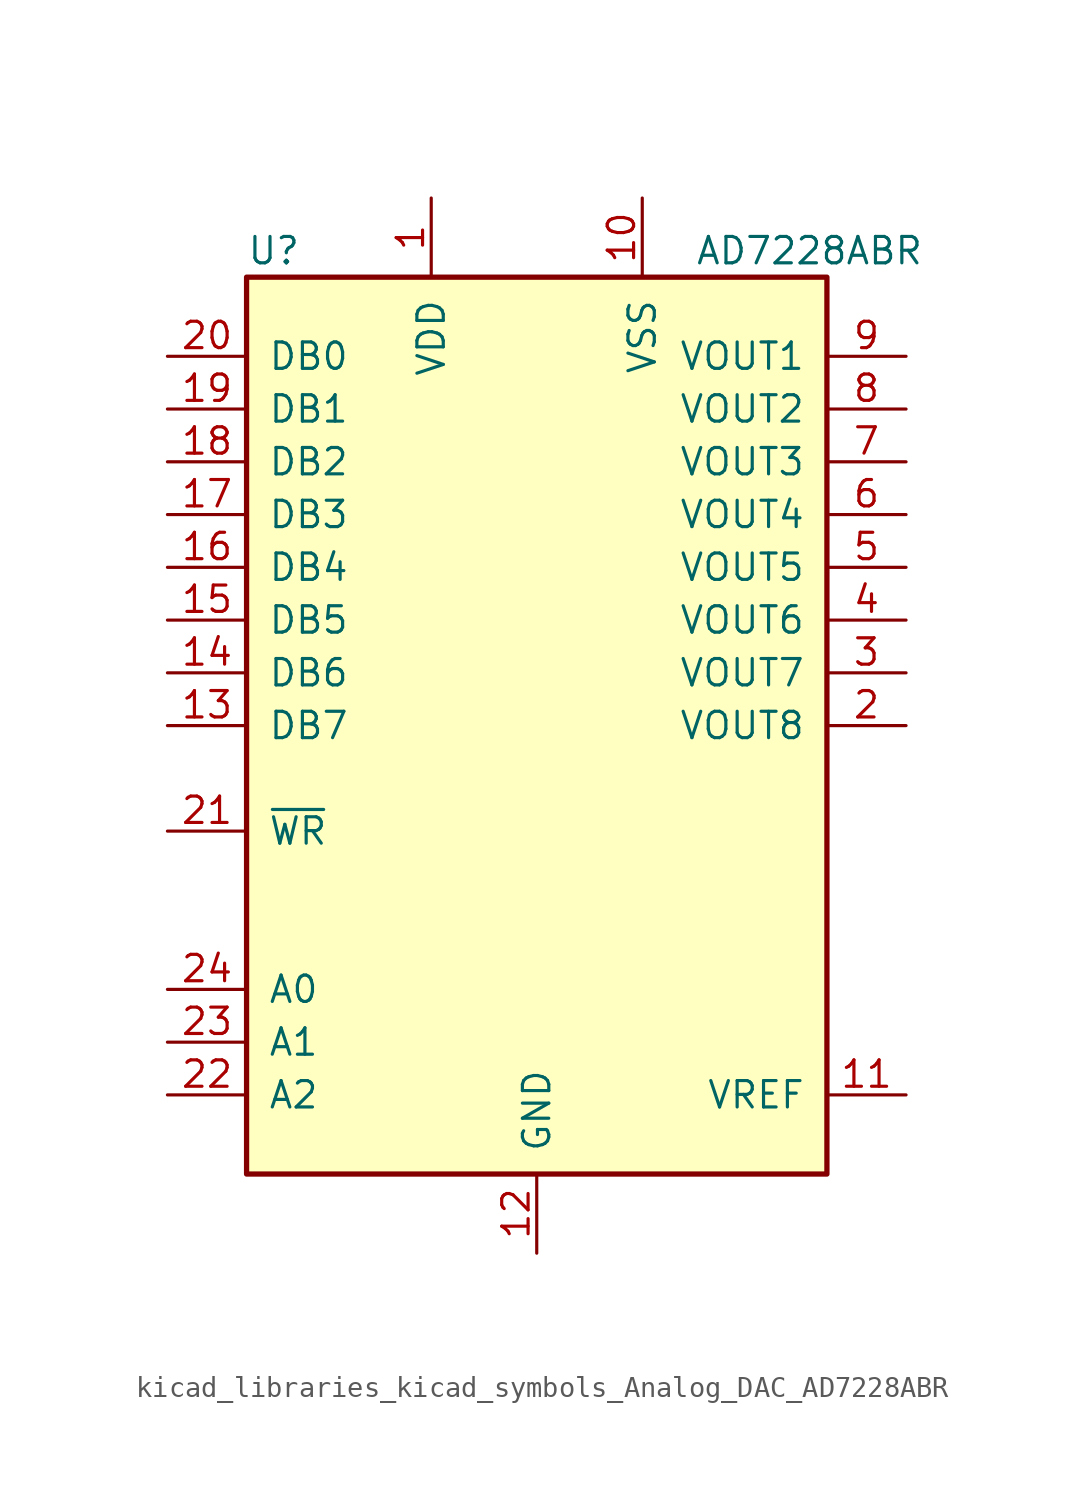
<source format=kicad_sym>
(kicad_symbol_lib
  (version 20220914)
  (generator kicad_symbol_editor)
  (symbol "kicad_libraries_kicad_symbols_Analog_DAC_AD7228ABR"
    (pin_names
      (offset 1.016))
    (property "Reference" "U"
      (at -13.97 22.86 0)
      (effects (font (size 1.27 1.27)) (justify left)))
    (property "Value" "AD7228ABR"
      (at 7.62 22.86 0)
      (effects (font (size 1.27 1.27)) (justify left)))
    (symbol "kicad_libraries_kicad_symbols_Analog_DAC_AD7228ABR_0_1"
      (rectangle (start -13.97 -21.59) (end 13.97 21.59) (stroke (width 0.254) (type default)) (fill (type background))))
    (symbol "kicad_libraries_kicad_symbols_Analog_DAC_AD7228ABR_1_1"
      (pin power_in line (at -5.08 25.4 270) (length 3.81) (name "VDD" (effects (font (size 1.27 1.27)))) (number "1" (effects (font (size 1.27 1.27)))))
      (pin power_in line (at 5.08 25.4 270) (length 3.81) (name "VSS" (effects (font (size 1.27 1.27)))) (number "10" (effects (font (size 1.27 1.27)))))
      (pin passive line (at 17.78 -17.78 180) (length 3.81) (name "VREF" (effects (font (size 1.27 1.27)))) (number "11" (effects (font (size 1.27 1.27)))))
      (pin power_in line (at 0 -25.4 90) (length 3.81) (name "GND" (effects (font (size 1.27 1.27)))) (number "12" (effects (font (size 1.27 1.27)))))
      (pin input line (at -17.78 0 0) (length 3.81) (name "DB7" (effects (font (size 1.27 1.27)))) (number "13" (effects (font (size 1.27 1.27)))))
      (pin input line (at -17.78 2.54 0) (length 3.81) (name "DB6" (effects (font (size 1.27 1.27)))) (number "14" (effects (font (size 1.27 1.27)))))
      (pin input line (at -17.78 5.08 0) (length 3.81) (name "DB5" (effects (font (size 1.27 1.27)))) (number "15" (effects (font (size 1.27 1.27)))))
      (pin input line (at -17.78 7.62 0) (length 3.81) (name "DB4" (effects (font (size 1.27 1.27)))) (number "16" (effects (font (size 1.27 1.27)))))
      (pin input line (at -17.78 10.16 0) (length 3.81) (name "DB3" (effects (font (size 1.27 1.27)))) (number "17" (effects (font (size 1.27 1.27)))))
      (pin input line (at -17.78 12.7 0) (length 3.81) (name "DB2" (effects (font (size 1.27 1.27)))) (number "18" (effects (font (size 1.27 1.27)))))
      (pin input line (at -17.78 15.24 0) (length 3.81) (name "DB1" (effects (font (size 1.27 1.27)))) (number "19" (effects (font (size 1.27 1.27)))))
      (pin output line (at 17.78 0 180) (length 3.81) (name "VOUT8" (effects (font (size 1.27 1.27)))) (number "2" (effects (font (size 1.27 1.27)))))
      (pin input line (at -17.78 17.78 0) (length 3.81) (name "DB0" (effects (font (size 1.27 1.27)))) (number "20" (effects (font (size 1.27 1.27)))))
      (pin input line (at -17.78 -5.08 0) (length 3.81) (name "~{WR}" (effects (font (size 1.27 1.27)))) (number "21" (effects (font (size 1.27 1.27)))))
      (pin input line (at -17.78 -17.78 0) (length 3.81) (name "A2" (effects (font (size 1.27 1.27)))) (number "22" (effects (font (size 1.27 1.27)))))
      (pin input line (at -17.78 -15.24 0) (length 3.81) (name "A1" (effects (font (size 1.27 1.27)))) (number "23" (effects (font (size 1.27 1.27)))))
      (pin input line (at -17.78 -12.7 0) (length 3.81) (name "A0" (effects (font (size 1.27 1.27)))) (number "24" (effects (font (size 1.27 1.27)))))
      (pin output line (at 17.78 2.54 180) (length 3.81) (name "VOUT7" (effects (font (size 1.27 1.27)))) (number "3" (effects (font (size 1.27 1.27)))))
      (pin output line (at 17.78 5.08 180) (length 3.81) (name "VOUT6" (effects (font (size 1.27 1.27)))) (number "4" (effects (font (size 1.27 1.27)))))
      (pin output line (at 17.78 7.62 180) (length 3.81) (name "VOUT5" (effects (font (size 1.27 1.27)))) (number "5" (effects (font (size 1.27 1.27)))))
      (pin output line (at 17.78 10.16 180) (length 3.81) (name "VOUT4" (effects (font (size 1.27 1.27)))) (number "6" (effects (font (size 1.27 1.27)))))
      (pin output line (at 17.78 12.7 180) (length 3.81) (name "VOUT3" (effects (font (size 1.27 1.27)))) (number "7" (effects (font (size 1.27 1.27)))))
      (pin output line (at 17.78 15.24 180) (length 3.81) (name "VOUT2" (effects (font (size 1.27 1.27)))) (number "8" (effects (font (size 1.27 1.27)))))
      (pin output line (at 17.78 17.78 180) (length 3.81) (name "VOUT1" (effects (font (size 1.27 1.27)))) (number "9" (effects (font (size 1.27 1.27))))))))
</source>
